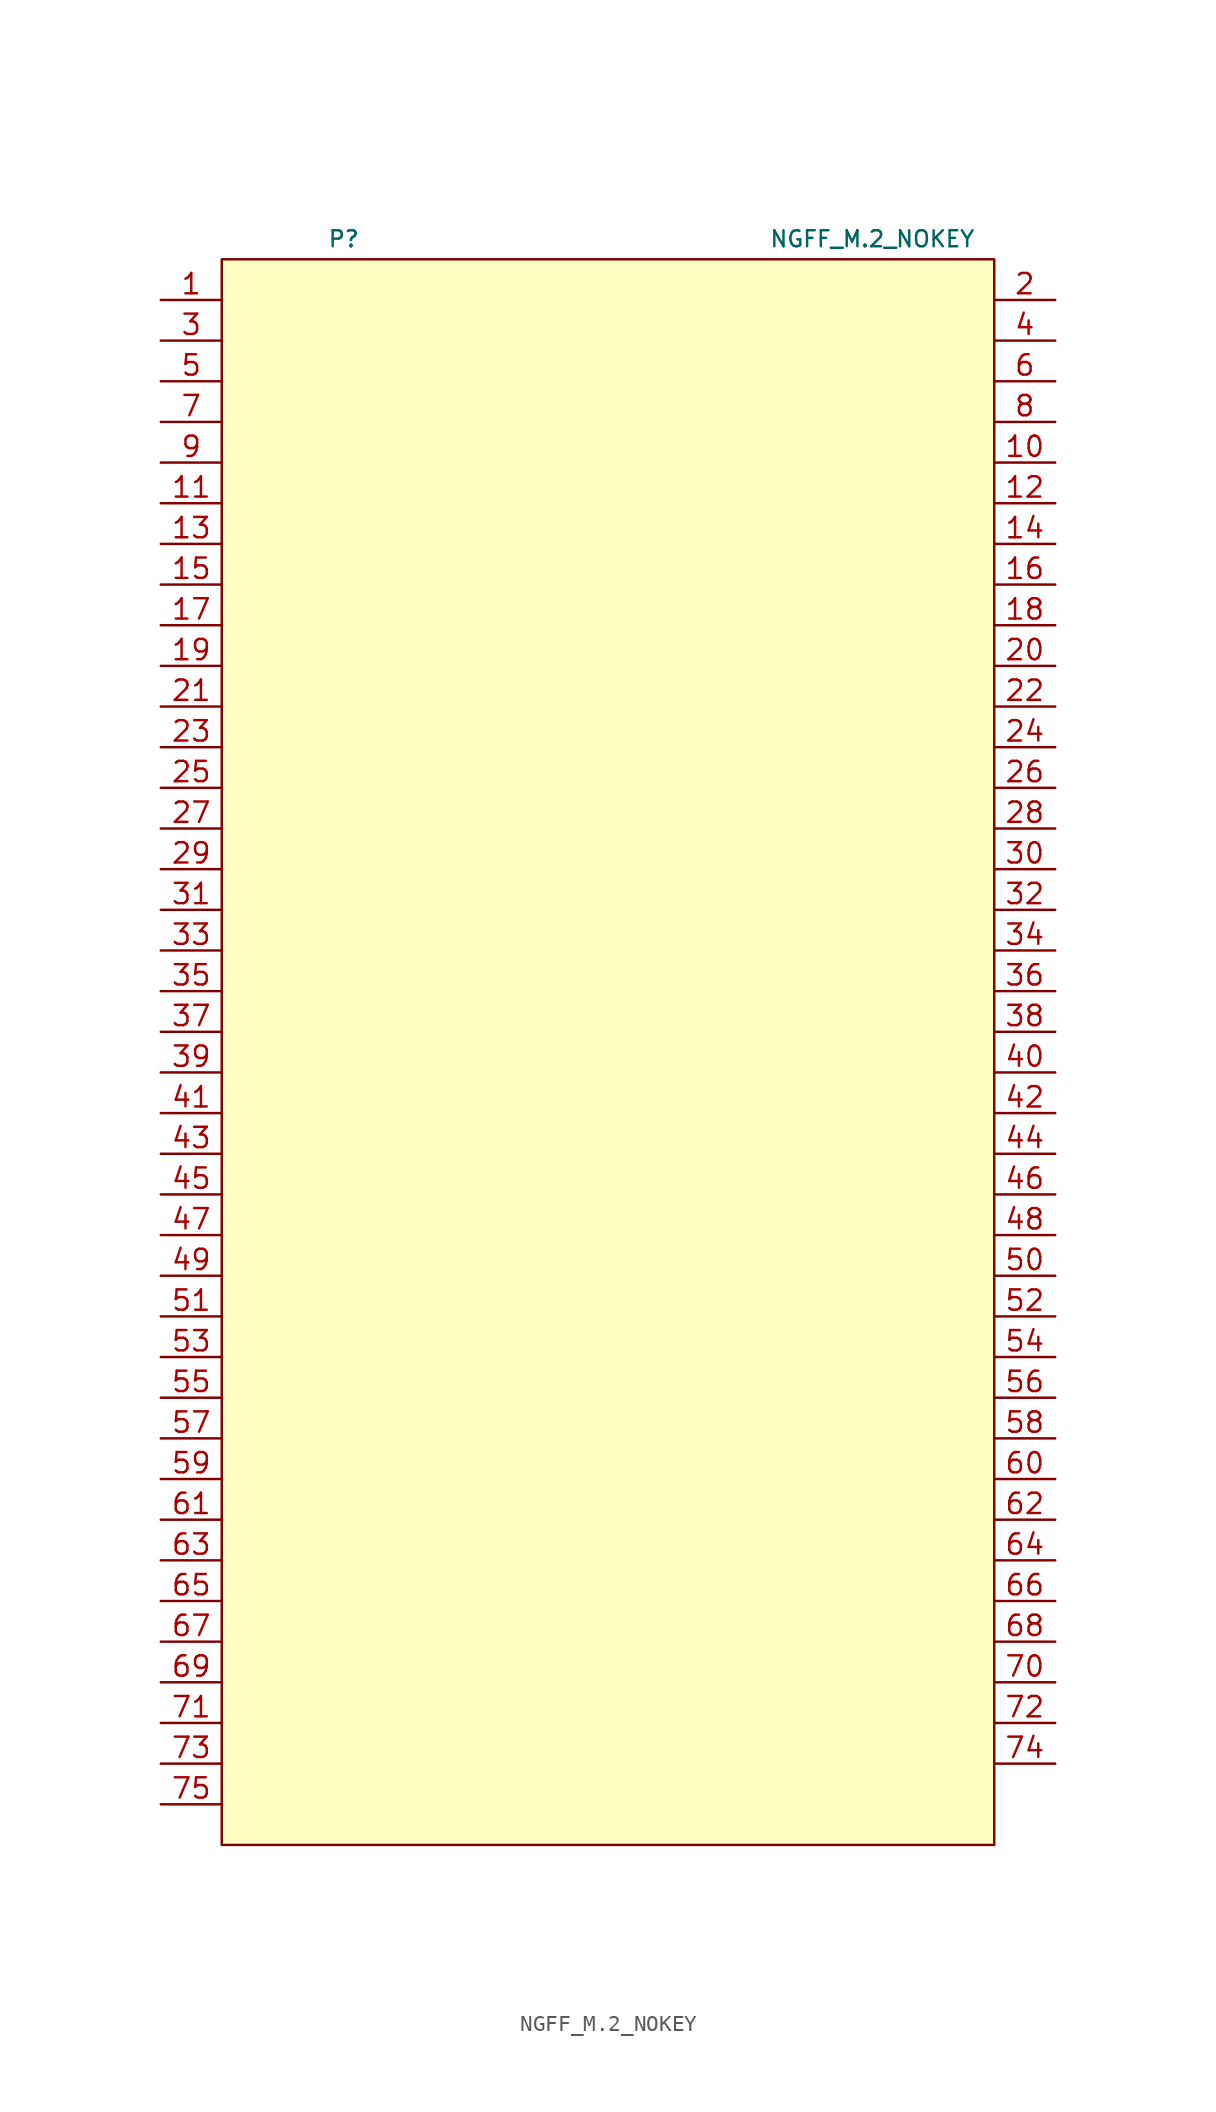
<source format=kicad_sym>
(kicad_symbol_lib
  (version 20231120)
  (generator "kicad_symbol_editor")
  (generator_version "8.0")
  (symbol "NGFF_M.2_NOKEY"
    (property "Reference" "P"
      (at -16.51 52.07 0)
      (effects (font (size 1 1))))
    (property "Value" "NGFF_M.2_NOKEY"
      (at 16.51 52.07 0)
      (effects (font (size 1 1))))
    (symbol "NGFF_M.2_NOKEY_1_1"
      (rectangle (start -24.13 50.8) (end 24.13 -48.26) (stroke (width 0.152) (type default)) (fill (type background)))
      (pin passive line (at -27.94 48.26 0) (length 3.81) (name "" (effects (font (size 1.27 1.27)))) (number "1" (effects (font (size 1.27 1.27)))))
      (pin bidirectional line (at 27.94 38.1 180) (length 3.81) (name "" (effects (font (size 1.27 1.27)))) (number "10" (effects (font (size 1.27 1.27)))))
      (pin passive line (at -27.94 35.56 0) (length 3.81) (name "" (effects (font (size 1.27 1.27)))) (number "11" (effects (font (size 1.27 1.27)))))
      (pin bidirectional line (at 27.94 35.56 180) (length 3.81) (name "" (effects (font (size 1.27 1.27)))) (number "12" (effects (font (size 1.27 1.27)))))
      (pin passive line (at -27.94 33.02 0) (length 3.81) (name "" (effects (font (size 1.27 1.27)))) (number "13" (effects (font (size 1.27 1.27)))))
      (pin bidirectional line (at 27.94 33.02 180) (length 3.81) (name "" (effects (font (size 1.27 1.27)))) (number "14" (effects (font (size 1.27 1.27)))))
      (pin passive line (at -27.94 30.48 0) (length 3.81) (name "" (effects (font (size 1.27 1.27)))) (number "15" (effects (font (size 1.27 1.27)))))
      (pin passive line (at 27.94 30.48 180) (length 3.81) (name "" (effects (font (size 1.27 1.27)))) (number "16" (effects (font (size 1.27 1.27)))))
      (pin passive line (at -27.94 27.94 0) (length 3.81) (name "" (effects (font (size 1.27 1.27)))) (number "17" (effects (font (size 1.27 1.27)))))
      (pin passive line (at 27.94 27.94 180) (length 3.81) (name "" (effects (font (size 1.27 1.27)))) (number "18" (effects (font (size 1.27 1.27)))))
      (pin passive line (at -27.94 25.4 0) (length 3.81) (name "" (effects (font (size 1.27 1.27)))) (number "19" (effects (font (size 1.27 1.27)))))
      (pin passive line (at 27.94 48.26 180) (length 3.81) (name "" (effects (font (size 1.27 1.27)))) (number "2" (effects (font (size 1.27 1.27)))))
      (pin passive line (at 27.94 25.4 180) (length 3.81) (name "" (effects (font (size 1.27 1.27)))) (number "20" (effects (font (size 1.27 1.27)))))
      (pin passive line (at -27.94 22.86 0) (length 3.81) (name "" (effects (font (size 1.27 1.27)))) (number "21" (effects (font (size 1.27 1.27)))))
      (pin passive line (at 27.94 22.86 180) (length 3.81) (name "" (effects (font (size 1.27 1.27)))) (number "22" (effects (font (size 1.27 1.27)))))
      (pin passive line (at -27.94 20.32 0) (length 3.81) (name "" (effects (font (size 1.27 1.27)))) (number "23" (effects (font (size 1.27 1.27)))))
      (pin passive line (at 27.94 20.32 180) (length 3.81) (name "" (effects (font (size 1.27 1.27)))) (number "24" (effects (font (size 1.27 1.27)))))
      (pin passive line (at -27.94 17.78 0) (length 3.81) (name "" (effects (font (size 1.27 1.27)))) (number "25" (effects (font (size 1.27 1.27)))))
      (pin passive line (at 27.94 17.78 180) (length 3.81) (name "" (effects (font (size 1.27 1.27)))) (number "26" (effects (font (size 1.27 1.27)))))
      (pin passive line (at -27.94 15.24 0) (length 3.81) (name "" (effects (font (size 1.27 1.27)))) (number "27" (effects (font (size 1.27 1.27)))))
      (pin passive line (at 27.94 15.24 180) (length 3.81) (name "" (effects (font (size 1.27 1.27)))) (number "28" (effects (font (size 1.27 1.27)))))
      (pin passive line (at -27.94 12.7 0) (length 3.81) (name "" (effects (font (size 1.27 1.27)))) (number "29" (effects (font (size 1.27 1.27)))))
      (pin passive line (at -27.94 45.72 0) (length 3.81) (name "" (effects (font (size 1.27 1.27)))) (number "3" (effects (font (size 1.27 1.27)))))
      (pin passive line (at 27.94 12.7 180) (length 3.81) (name "" (effects (font (size 1.27 1.27)))) (number "30" (effects (font (size 1.27 1.27)))))
      (pin passive line (at -27.94 10.16 0) (length 3.81) (name "" (effects (font (size 1.27 1.27)))) (number "31" (effects (font (size 1.27 1.27)))))
      (pin passive line (at 27.94 10.16 180) (length 3.81) (name "" (effects (font (size 1.27 1.27)))) (number "32" (effects (font (size 1.27 1.27)))))
      (pin passive line (at -27.94 7.62 0) (length 3.81) (name "" (effects (font (size 1.27 1.27)))) (number "33" (effects (font (size 1.27 1.27)))))
      (pin passive line (at 27.94 7.62 180) (length 3.81) (name "" (effects (font (size 1.27 1.27)))) (number "34" (effects (font (size 1.27 1.27)))))
      (pin passive line (at -27.94 5.08 0) (length 3.81) (name "" (effects (font (size 1.27 1.27)))) (number "35" (effects (font (size 1.27 1.27)))))
      (pin passive line (at 27.94 5.08 180) (length 3.81) (name "" (effects (font (size 1.27 1.27)))) (number "36" (effects (font (size 1.27 1.27)))))
      (pin passive line (at -27.94 2.54 0) (length 3.81) (name "" (effects (font (size 1.27 1.27)))) (number "37" (effects (font (size 1.27 1.27)))))
      (pin passive line (at 27.94 2.54 180) (length 3.81) (name "" (effects (font (size 1.27 1.27)))) (number "38" (effects (font (size 1.27 1.27)))))
      (pin passive line (at -27.94 0 0) (length 3.81) (name "" (effects (font (size 1.27 1.27)))) (number "39" (effects (font (size 1.27 1.27)))))
      (pin passive line (at 27.94 45.72 180) (length 3.81) (name "" (effects (font (size 1.27 1.27)))) (number "4" (effects (font (size 1.27 1.27)))))
      (pin passive line (at 27.94 0 180) (length 3.81) (name "" (effects (font (size 1.27 1.27)))) (number "40" (effects (font (size 1.27 1.27)))))
      (pin passive line (at -27.94 -2.54 0) (length 3.81) (name "" (effects (font (size 1.27 1.27)))) (number "41" (effects (font (size 1.27 1.27)))))
      (pin passive line (at 27.94 -2.54 180) (length 3.81) (name "" (effects (font (size 1.27 1.27)))) (number "42" (effects (font (size 1.27 1.27)))))
      (pin passive line (at -27.94 -5.08 0) (length 3.81) (name "" (effects (font (size 1.27 1.27)))) (number "43" (effects (font (size 1.27 1.27)))))
      (pin passive line (at 27.94 -5.08 180) (length 3.81) (name "" (effects (font (size 1.27 1.27)))) (number "44" (effects (font (size 1.27 1.27)))))
      (pin passive line (at -27.94 -7.62 0) (length 3.81) (name "" (effects (font (size 1.27 1.27)))) (number "45" (effects (font (size 1.27 1.27)))))
      (pin passive line (at 27.94 -7.62 180) (length 3.81) (name "" (effects (font (size 1.27 1.27)))) (number "46" (effects (font (size 1.27 1.27)))))
      (pin passive line (at -27.94 -10.16 0) (length 3.81) (name "" (effects (font (size 1.27 1.27)))) (number "47" (effects (font (size 1.27 1.27)))))
      (pin passive line (at 27.94 -10.16 180) (length 3.81) (name "" (effects (font (size 1.27 1.27)))) (number "48" (effects (font (size 1.27 1.27)))))
      (pin passive line (at -27.94 -12.7 0) (length 3.81) (name "" (effects (font (size 1.27 1.27)))) (number "49" (effects (font (size 1.27 1.27)))))
      (pin passive line (at -27.94 43.18 0) (length 3.81) (name "" (effects (font (size 1.27 1.27)))) (number "5" (effects (font (size 1.27 1.27)))))
      (pin passive line (at 27.94 -12.7 180) (length 3.81) (name "" (effects (font (size 1.27 1.27)))) (number "50" (effects (font (size 1.27 1.27)))))
      (pin passive line (at -27.94 -15.24 0) (length 3.81) (name "" (effects (font (size 1.27 1.27)))) (number "51" (effects (font (size 1.27 1.27)))))
      (pin passive line (at 27.94 -15.24 180) (length 3.81) (name "" (effects (font (size 1.27 1.27)))) (number "52" (effects (font (size 1.27 1.27)))))
      (pin passive line (at -27.94 -17.78 0) (length 3.81) (name "" (effects (font (size 1.27 1.27)))) (number "53" (effects (font (size 1.27 1.27)))))
      (pin passive line (at 27.94 -17.78 180) (length 3.81) (name "" (effects (font (size 1.27 1.27)))) (number "54" (effects (font (size 1.27 1.27)))))
      (pin passive line (at -27.94 -20.32 0) (length 3.81) (name "" (effects (font (size 1.27 1.27)))) (number "55" (effects (font (size 1.27 1.27)))))
      (pin passive line (at 27.94 -20.32 180) (length 3.81) (name "" (effects (font (size 1.27 1.27)))) (number "56" (effects (font (size 1.27 1.27)))))
      (pin passive line (at -27.94 -22.86 0) (length 3.81) (name "" (effects (font (size 1.27 1.27)))) (number "57" (effects (font (size 1.27 1.27)))))
      (pin passive line (at 27.94 -22.86 180) (length 3.81) (name "" (effects (font (size 1.27 1.27)))) (number "58" (effects (font (size 1.27 1.27)))))
      (pin passive line (at -27.94 -25.4 0) (length 3.81) (name "" (effects (font (size 1.27 1.27)))) (number "59" (effects (font (size 1.27 1.27)))))
      (pin passive line (at 27.94 43.18 180) (length 3.81) (name "" (effects (font (size 1.27 1.27)))) (number "6" (effects (font (size 1.27 1.27)))))
      (pin passive line (at 27.94 -25.4 180) (length 3.81) (name "" (effects (font (size 1.27 1.27)))) (number "60" (effects (font (size 1.27 1.27)))))
      (pin passive line (at -27.94 -27.94 0) (length 3.81) (name "" (effects (font (size 1.27 1.27)))) (number "61" (effects (font (size 1.27 1.27)))))
      (pin passive line (at 27.94 -27.94 180) (length 3.81) (name "" (effects (font (size 1.27 1.27)))) (number "62" (effects (font (size 1.27 1.27)))))
      (pin passive line (at -27.94 -30.48 0) (length 3.81) (name "" (effects (font (size 1.27 1.27)))) (number "63" (effects (font (size 1.27 1.27)))))
      (pin passive line (at 27.94 -30.48 180) (length 3.81) (name "" (effects (font (size 1.27 1.27)))) (number "64" (effects (font (size 1.27 1.27)))))
      (pin passive line (at -27.94 -33.02 0) (length 3.81) (name "" (effects (font (size 1.27 1.27)))) (number "65" (effects (font (size 1.27 1.27)))))
      (pin passive line (at 27.94 -33.02 180) (length 3.81) (name "" (effects (font (size 1.27 1.27)))) (number "66" (effects (font (size 1.27 1.27)))))
      (pin passive line (at -27.94 -35.56 0) (length 3.81) (name "" (effects (font (size 1.27 1.27)))) (number "67" (effects (font (size 1.27 1.27)))))
      (pin passive line (at 27.94 -35.56 180) (length 3.81) (name "" (effects (font (size 1.27 1.27)))) (number "68" (effects (font (size 1.27 1.27)))))
      (pin passive line (at -27.94 -38.1 0) (length 3.81) (name "" (effects (font (size 1.27 1.27)))) (number "69" (effects (font (size 1.27 1.27)))))
      (pin passive line (at -27.94 40.64 0) (length 3.81) (name "" (effects (font (size 1.27 1.27)))) (number "7" (effects (font (size 1.27 1.27)))))
      (pin passive line (at 27.94 -38.1 180) (length 3.81) (name "" (effects (font (size 1.27 1.27)))) (number "70" (effects (font (size 1.27 1.27)))))
      (pin passive line (at -27.94 -40.64 0) (length 3.81) (name "" (effects (font (size 1.27 1.27)))) (number "71" (effects (font (size 1.27 1.27)))))
      (pin passive line (at 27.94 -40.64 180) (length 3.81) (name "" (effects (font (size 1.27 1.27)))) (number "72" (effects (font (size 1.27 1.27)))))
      (pin passive line (at -27.94 -43.18 0) (length 3.81) (name "" (effects (font (size 1.27 1.27)))) (number "73" (effects (font (size 1.27 1.27)))))
      (pin passive line (at 27.94 -43.18 180) (length 3.81) (name "" (effects (font (size 1.27 1.27)))) (number "74" (effects (font (size 1.27 1.27)))))
      (pin passive line (at -27.94 -45.72 0) (length 3.81) (name "" (effects (font (size 1.27 1.27)))) (number "75" (effects (font (size 1.27 1.27)))))
      (pin bidirectional line (at 27.94 40.64 180) (length 3.81) (name "" (effects (font (size 1.27 1.27)))) (number "8" (effects (font (size 1.27 1.27)))))
      (pin passive line (at -27.94 38.1 0) (length 3.81) (name "" (effects (font (size 1.27 1.27)))) (number "9" (effects (font (size 1.27 1.27))))))))
</source>
